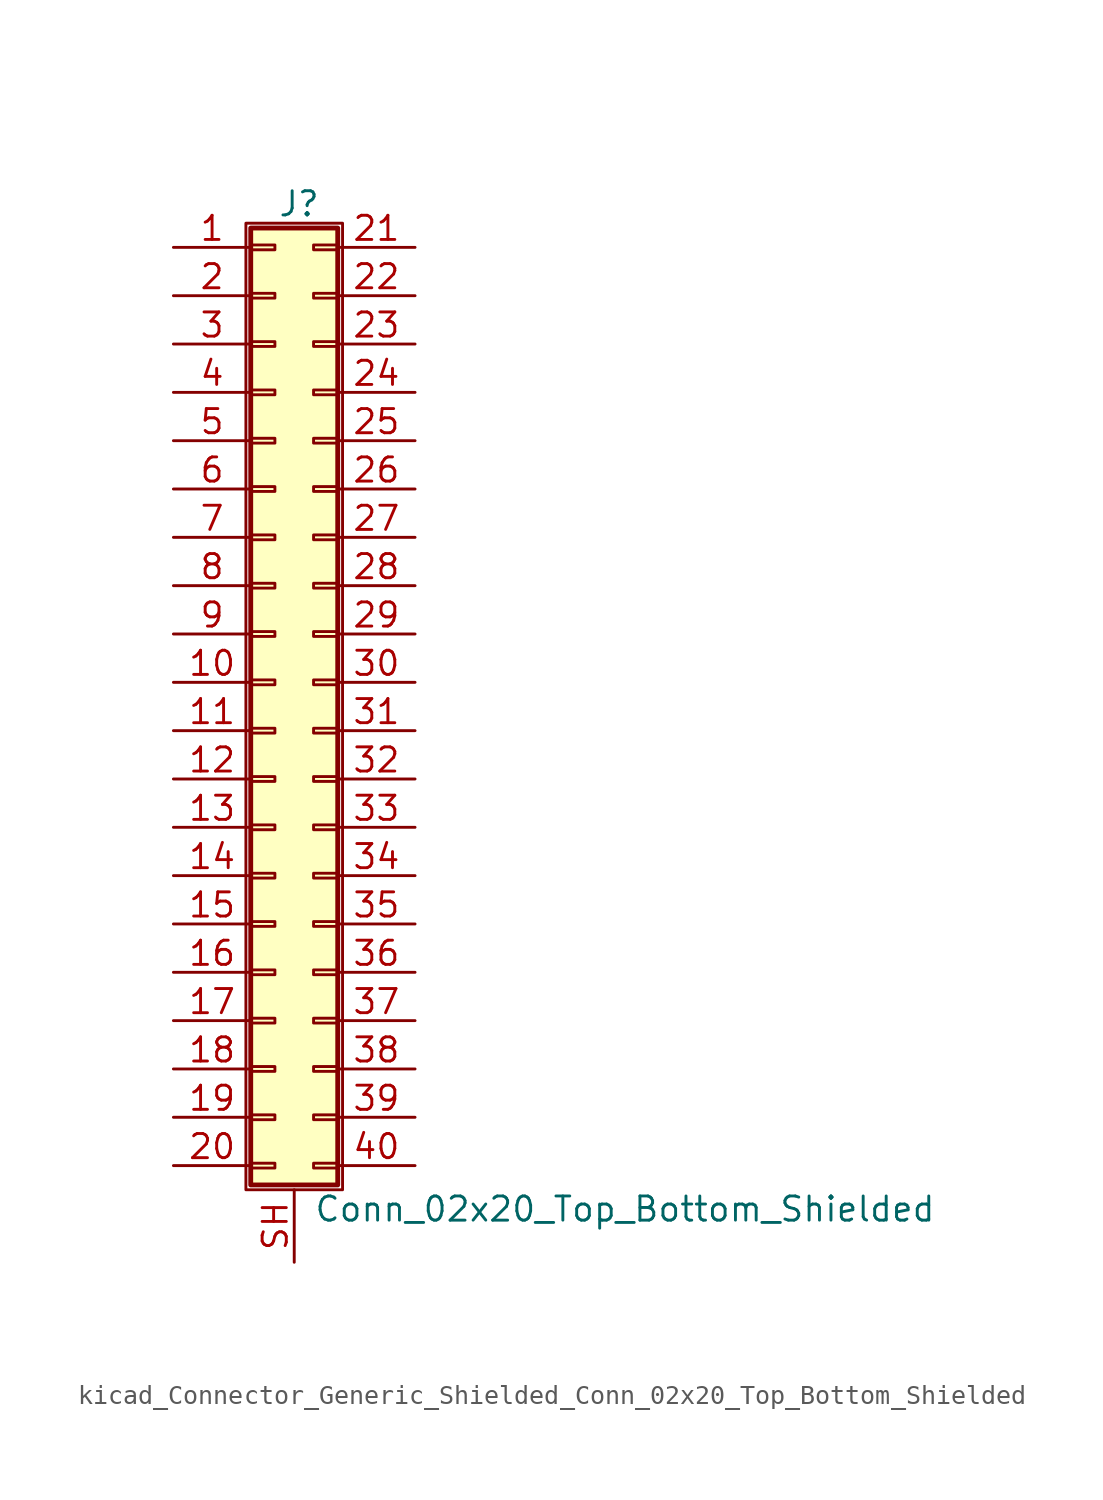
<source format=kicad_sym>
(kicad_symbol_lib
  (version 20220914)
  (generator kicad_symbol_editor)
  (symbol "kicad_Connector_Generic_Shielded_Conn_02x20_Top_Bottom_Shielded"
    (pin_names
      (offset 1.016) hide)
    (property "Reference" "J"
      (at 1.524 25.146 0)
      (effects (font (size 1.27 1.27))))
    (property "Value" "Conn_02x20_Top_Bottom_Shielded"
      (at 2.286 -27.686 0)
      (effects (font (size 1.27 1.27)) (justify left)))
    (symbol "kicad_Connector_Generic_Shielded_Conn_02x20_Top_Bottom_Shielded_1_1"
      (rectangle (start -1.27 24.13) (end 3.81 -26.67) (stroke (width 0.152) (type default)) (fill (type none)))
      (rectangle (start -1.016 -25.273) (end 0.254 -25.527) (stroke (width 0.152) (type default)) (fill (type none)))
      (rectangle (start -1.016 -22.733) (end 0.254 -22.987) (stroke (width 0.152) (type default)) (fill (type none)))
      (rectangle (start -1.016 -20.193) (end 0.254 -20.447) (stroke (width 0.152) (type default)) (fill (type none)))
      (rectangle (start -1.016 -17.653) (end 0.254 -17.907) (stroke (width 0.152) (type default)) (fill (type none)))
      (rectangle (start -1.016 -15.113) (end 0.254 -15.367) (stroke (width 0.152) (type default)) (fill (type none)))
      (rectangle (start -1.016 -12.573) (end 0.254 -12.827) (stroke (width 0.152) (type default)) (fill (type none)))
      (rectangle (start -1.016 -10.033) (end 0.254 -10.287) (stroke (width 0.152) (type default)) (fill (type none)))
      (rectangle (start -1.016 -7.493) (end 0.254 -7.747) (stroke (width 0.152) (type default)) (fill (type none)))
      (rectangle (start -1.016 -4.953) (end 0.254 -5.207) (stroke (width 0.152) (type default)) (fill (type none)))
      (rectangle (start -1.016 -2.413) (end 0.254 -2.667) (stroke (width 0.152) (type default)) (fill (type none)))
      (rectangle (start -1.016 0.127) (end 0.254 -0.127) (stroke (width 0.152) (type default)) (fill (type none)))
      (rectangle (start -1.016 2.667) (end 0.254 2.413) (stroke (width 0.152) (type default)) (fill (type none)))
      (rectangle (start -1.016 5.207) (end 0.254 4.953) (stroke (width 0.152) (type default)) (fill (type none)))
      (rectangle (start -1.016 7.747) (end 0.254 7.493) (stroke (width 0.152) (type default)) (fill (type none)))
      (rectangle (start -1.016 10.287) (end 0.254 10.033) (stroke (width 0.152) (type default)) (fill (type none)))
      (rectangle (start -1.016 12.827) (end 0.254 12.573) (stroke (width 0.152) (type default)) (fill (type none)))
      (rectangle (start -1.016 15.367) (end 0.254 15.113) (stroke (width 0.152) (type default)) (fill (type none)))
      (rectangle (start -1.016 17.907) (end 0.254 17.653) (stroke (width 0.152) (type default)) (fill (type none)))
      (rectangle (start -1.016 20.447) (end 0.254 20.193) (stroke (width 0.152) (type default)) (fill (type none)))
      (rectangle (start -1.016 22.987) (end 0.254 22.733) (stroke (width 0.152) (type default)) (fill (type none)))
      (rectangle (start -1.016 23.876) (end 3.556 -26.416) (stroke (width 0.254) (type default)) (fill (type background)))
      (rectangle (start 3.556 -25.273) (end 2.286 -25.527) (stroke (width 0.152) (type default)) (fill (type none)))
      (rectangle (start 3.556 -22.733) (end 2.286 -22.987) (stroke (width 0.152) (type default)) (fill (type none)))
      (rectangle (start 3.556 -20.193) (end 2.286 -20.447) (stroke (width 0.152) (type default)) (fill (type none)))
      (rectangle (start 3.556 -17.653) (end 2.286 -17.907) (stroke (width 0.152) (type default)) (fill (type none)))
      (rectangle (start 3.556 -15.113) (end 2.286 -15.367) (stroke (width 0.152) (type default)) (fill (type none)))
      (rectangle (start 3.556 -12.573) (end 2.286 -12.827) (stroke (width 0.152) (type default)) (fill (type none)))
      (rectangle (start 3.556 -10.033) (end 2.286 -10.287) (stroke (width 0.152) (type default)) (fill (type none)))
      (rectangle (start 3.556 -7.493) (end 2.286 -7.747) (stroke (width 0.152) (type default)) (fill (type none)))
      (rectangle (start 3.556 -4.953) (end 2.286 -5.207) (stroke (width 0.152) (type default)) (fill (type none)))
      (rectangle (start 3.556 -2.413) (end 2.286 -2.667) (stroke (width 0.152) (type default)) (fill (type none)))
      (rectangle (start 3.556 0.127) (end 2.286 -0.127) (stroke (width 0.152) (type default)) (fill (type none)))
      (rectangle (start 3.556 2.667) (end 2.286 2.413) (stroke (width 0.152) (type default)) (fill (type none)))
      (rectangle (start 3.556 5.207) (end 2.286 4.953) (stroke (width 0.152) (type default)) (fill (type none)))
      (rectangle (start 3.556 7.747) (end 2.286 7.493) (stroke (width 0.152) (type default)) (fill (type none)))
      (rectangle (start 3.556 10.287) (end 2.286 10.033) (stroke (width 0.152) (type default)) (fill (type none)))
      (rectangle (start 3.556 12.827) (end 2.286 12.573) (stroke (width 0.152) (type default)) (fill (type none)))
      (rectangle (start 3.556 15.367) (end 2.286 15.113) (stroke (width 0.152) (type default)) (fill (type none)))
      (rectangle (start 3.556 17.907) (end 2.286 17.653) (stroke (width 0.152) (type default)) (fill (type none)))
      (rectangle (start 3.556 20.447) (end 2.286 20.193) (stroke (width 0.152) (type default)) (fill (type none)))
      (rectangle (start 3.556 22.987) (end 2.286 22.733) (stroke (width 0.152) (type default)) (fill (type none)))
      (pin passive line (at -5.08 22.86 0) (length 4.064) (name "Pin_1" (effects (font (size 1.27 1.27)))) (number "1" (effects (font (size 1.27 1.27)))))
      (pin passive line (at -5.08 0 0) (length 4.064) (name "Pin_10" (effects (font (size 1.27 1.27)))) (number "10" (effects (font (size 1.27 1.27)))))
      (pin passive line (at -5.08 -2.54 0) (length 4.064) (name "Pin_11" (effects (font (size 1.27 1.27)))) (number "11" (effects (font (size 1.27 1.27)))))
      (pin passive line (at -5.08 -5.08 0) (length 4.064) (name "Pin_12" (effects (font (size 1.27 1.27)))) (number "12" (effects (font (size 1.27 1.27)))))
      (pin passive line (at -5.08 -7.62 0) (length 4.064) (name "Pin_13" (effects (font (size 1.27 1.27)))) (number "13" (effects (font (size 1.27 1.27)))))
      (pin passive line (at -5.08 -10.16 0) (length 4.064) (name "Pin_14" (effects (font (size 1.27 1.27)))) (number "14" (effects (font (size 1.27 1.27)))))
      (pin passive line (at -5.08 -12.7 0) (length 4.064) (name "Pin_15" (effects (font (size 1.27 1.27)))) (number "15" (effects (font (size 1.27 1.27)))))
      (pin passive line (at -5.08 -15.24 0) (length 4.064) (name "Pin_16" (effects (font (size 1.27 1.27)))) (number "16" (effects (font (size 1.27 1.27)))))
      (pin passive line (at -5.08 -17.78 0) (length 4.064) (name "Pin_17" (effects (font (size 1.27 1.27)))) (number "17" (effects (font (size 1.27 1.27)))))
      (pin passive line (at -5.08 -20.32 0) (length 4.064) (name "Pin_18" (effects (font (size 1.27 1.27)))) (number "18" (effects (font (size 1.27 1.27)))))
      (pin passive line (at -5.08 -22.86 0) (length 4.064) (name "Pin_19" (effects (font (size 1.27 1.27)))) (number "19" (effects (font (size 1.27 1.27)))))
      (pin passive line (at -5.08 20.32 0) (length 4.064) (name "Pin_2" (effects (font (size 1.27 1.27)))) (number "2" (effects (font (size 1.27 1.27)))))
      (pin passive line (at -5.08 -25.4 0) (length 4.064) (name "Pin_20" (effects (font (size 1.27 1.27)))) (number "20" (effects (font (size 1.27 1.27)))))
      (pin passive line (at 7.62 22.86 180) (length 4.064) (name "Pin_21" (effects (font (size 1.27 1.27)))) (number "21" (effects (font (size 1.27 1.27)))))
      (pin passive line (at 7.62 20.32 180) (length 4.064) (name "Pin_22" (effects (font (size 1.27 1.27)))) (number "22" (effects (font (size 1.27 1.27)))))
      (pin passive line (at 7.62 17.78 180) (length 4.064) (name "Pin_23" (effects (font (size 1.27 1.27)))) (number "23" (effects (font (size 1.27 1.27)))))
      (pin passive line (at 7.62 15.24 180) (length 4.064) (name "Pin_24" (effects (font (size 1.27 1.27)))) (number "24" (effects (font (size 1.27 1.27)))))
      (pin passive line (at 7.62 12.7 180) (length 4.064) (name "Pin_25" (effects (font (size 1.27 1.27)))) (number "25" (effects (font (size 1.27 1.27)))))
      (pin passive line (at 7.62 10.16 180) (length 4.064) (name "Pin_26" (effects (font (size 1.27 1.27)))) (number "26" (effects (font (size 1.27 1.27)))))
      (pin passive line (at 7.62 7.62 180) (length 4.064) (name "Pin_27" (effects (font (size 1.27 1.27)))) (number "27" (effects (font (size 1.27 1.27)))))
      (pin passive line (at 7.62 5.08 180) (length 4.064) (name "Pin_28" (effects (font (size 1.27 1.27)))) (number "28" (effects (font (size 1.27 1.27)))))
      (pin passive line (at 7.62 2.54 180) (length 4.064) (name "Pin_29" (effects (font (size 1.27 1.27)))) (number "29" (effects (font (size 1.27 1.27)))))
      (pin passive line (at -5.08 17.78 0) (length 4.064) (name "Pin_3" (effects (font (size 1.27 1.27)))) (number "3" (effects (font (size 1.27 1.27)))))
      (pin passive line (at 7.62 0 180) (length 4.064) (name "Pin_30" (effects (font (size 1.27 1.27)))) (number "30" (effects (font (size 1.27 1.27)))))
      (pin passive line (at 7.62 -2.54 180) (length 4.064) (name "Pin_31" (effects (font (size 1.27 1.27)))) (number "31" (effects (font (size 1.27 1.27)))))
      (pin passive line (at 7.62 -5.08 180) (length 4.064) (name "Pin_32" (effects (font (size 1.27 1.27)))) (number "32" (effects (font (size 1.27 1.27)))))
      (pin passive line (at 7.62 -7.62 180) (length 4.064) (name "Pin_33" (effects (font (size 1.27 1.27)))) (number "33" (effects (font (size 1.27 1.27)))))
      (pin passive line (at 7.62 -10.16 180) (length 4.064) (name "Pin_34" (effects (font (size 1.27 1.27)))) (number "34" (effects (font (size 1.27 1.27)))))
      (pin passive line (at 7.62 -12.7 180) (length 4.064) (name "Pin_35" (effects (font (size 1.27 1.27)))) (number "35" (effects (font (size 1.27 1.27)))))
      (pin passive line (at 7.62 -15.24 180) (length 4.064) (name "Pin_36" (effects (font (size 1.27 1.27)))) (number "36" (effects (font (size 1.27 1.27)))))
      (pin passive line (at 7.62 -17.78 180) (length 4.064) (name "Pin_37" (effects (font (size 1.27 1.27)))) (number "37" (effects (font (size 1.27 1.27)))))
      (pin passive line (at 7.62 -20.32 180) (length 4.064) (name "Pin_38" (effects (font (size 1.27 1.27)))) (number "38" (effects (font (size 1.27 1.27)))))
      (pin passive line (at 7.62 -22.86 180) (length 4.064) (name "Pin_39" (effects (font (size 1.27 1.27)))) (number "39" (effects (font (size 1.27 1.27)))))
      (pin passive line (at -5.08 15.24 0) (length 4.064) (name "Pin_4" (effects (font (size 1.27 1.27)))) (number "4" (effects (font (size 1.27 1.27)))))
      (pin passive line (at 7.62 -25.4 180) (length 4.064) (name "Pin_40" (effects (font (size 1.27 1.27)))) (number "40" (effects (font (size 1.27 1.27)))))
      (pin passive line (at -5.08 12.7 0) (length 4.064) (name "Pin_5" (effects (font (size 1.27 1.27)))) (number "5" (effects (font (size 1.27 1.27)))))
      (pin passive line (at -5.08 10.16 0) (length 4.064) (name "Pin_6" (effects (font (size 1.27 1.27)))) (number "6" (effects (font (size 1.27 1.27)))))
      (pin passive line (at -5.08 7.62 0) (length 4.064) (name "Pin_7" (effects (font (size 1.27 1.27)))) (number "7" (effects (font (size 1.27 1.27)))))
      (pin passive line (at -5.08 5.08 0) (length 4.064) (name "Pin_8" (effects (font (size 1.27 1.27)))) (number "8" (effects (font (size 1.27 1.27)))))
      (pin passive line (at -5.08 2.54 0) (length 4.064) (name "Pin_9" (effects (font (size 1.27 1.27)))) (number "9" (effects (font (size 1.27 1.27)))))
      (pin passive line (at 1.27 -30.48 90) (length 3.81) (name "Shield" (effects (font (size 1.27 1.27)))) (number "SH" (effects (font (size 1.27 1.27))))))))
</source>
